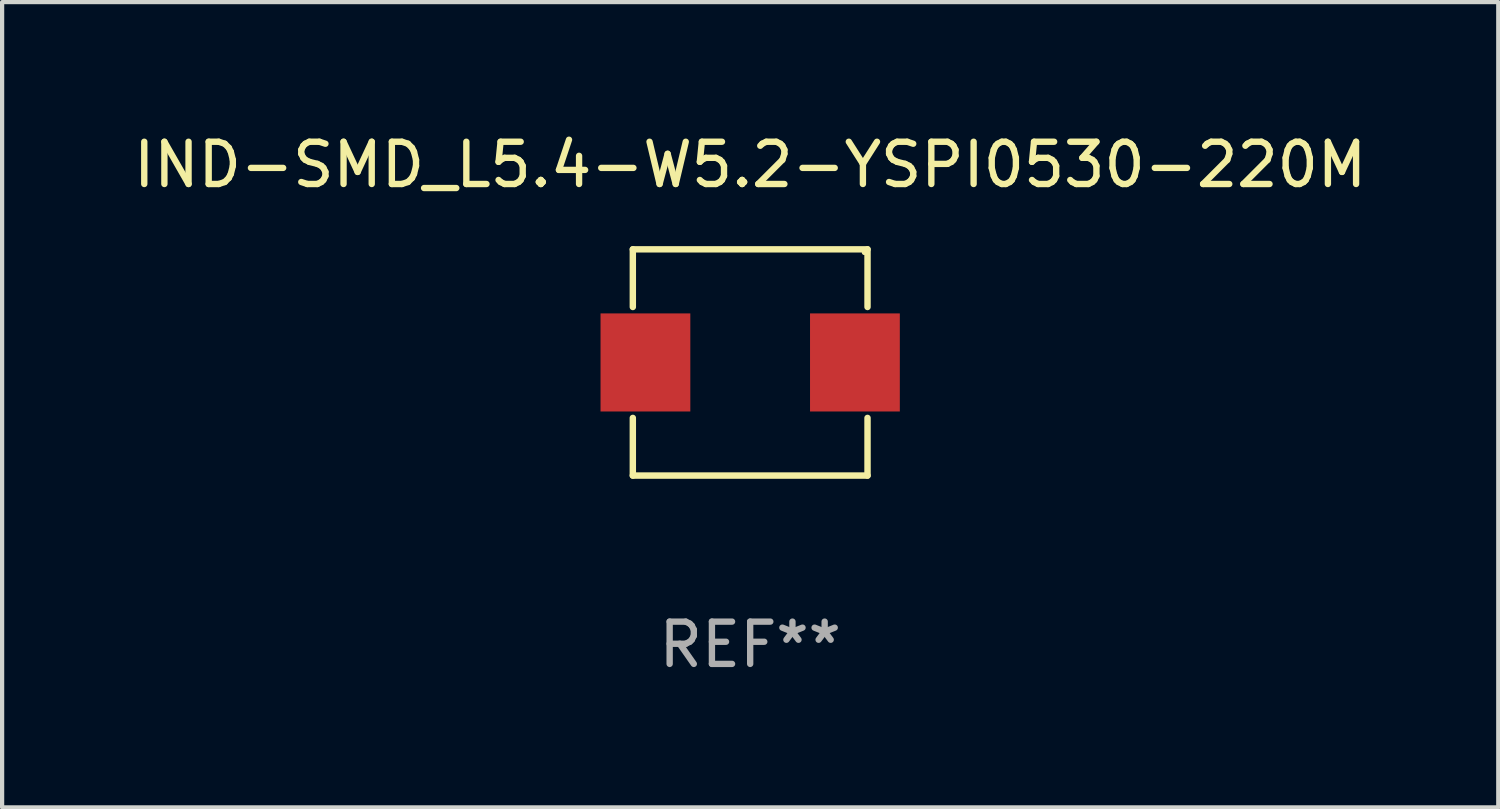
<source format=kicad_pcb>
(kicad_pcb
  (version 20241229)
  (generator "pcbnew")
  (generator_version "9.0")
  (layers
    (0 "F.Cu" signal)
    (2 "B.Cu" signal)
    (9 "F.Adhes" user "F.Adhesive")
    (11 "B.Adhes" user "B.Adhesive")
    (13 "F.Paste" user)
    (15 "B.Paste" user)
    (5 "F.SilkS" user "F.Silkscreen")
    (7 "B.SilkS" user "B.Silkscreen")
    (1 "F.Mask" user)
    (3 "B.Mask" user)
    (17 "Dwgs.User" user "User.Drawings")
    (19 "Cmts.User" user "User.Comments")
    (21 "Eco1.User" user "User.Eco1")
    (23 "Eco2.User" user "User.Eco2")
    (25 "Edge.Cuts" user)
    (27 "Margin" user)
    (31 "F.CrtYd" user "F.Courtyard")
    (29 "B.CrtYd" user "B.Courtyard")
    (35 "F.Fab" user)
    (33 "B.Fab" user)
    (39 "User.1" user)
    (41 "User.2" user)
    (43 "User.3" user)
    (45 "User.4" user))
  (footprint "IND-SMD_L5.4-W5.2-YSPI0530-220M"
    (layer "F.Cu")
    (at 14.696 5.524)
    (property "Reference" "IND-SMD_L5.4-W5.2-YSPI0530-220M" (at 0 -4.676 0) (layer "F.SilkS") (effects (font (size 1 1) (thickness 0.15))))
    (attr smd)
    (fp_line (start -2.776 -2.676) (end 2.776 -2.676) (stroke (width 0.152) (type solid)) (layer "F.SilkS"))
    (fp_line (start -2.776 -1.312) (end -2.776 -2.676) (stroke (width 0.152) (type solid)) (layer "F.SilkS"))
    (fp_line (start -2.776 1.312) (end -2.776 2.676) (stroke (width 0.152) (type solid)) (layer "F.SilkS"))
    (fp_line (start -2.776 2.676) (end 2.776 2.676) (stroke (width 0.152) (type solid)) (layer "F.SilkS"))
    (fp_line (start 2.776 -2.676) (end 2.776 -1.312) (stroke (width 0.152) (type solid)) (layer "F.SilkS"))
    (fp_line (start 2.776 2.676) (end 2.776 1.312) (stroke (width 0.152) (type solid)) (layer "F.SilkS"))
    (fp_circle (center 2.7 -2.6) (end 2.73 -2.6) (stroke (width 0.06) (type solid)) (fill no) (layer "F.SilkS"))
    (fp_text user "REF**" (at 0 6.676 0) (layer "F.Fab") (effects (font (size 1 1) (thickness 0.15))))
    (pad "1" smd rect (at 2.478 0.000102) (size 2.124 2.32) (layers "F.Cu" "F.Mask" "F.Paste"))
    (pad "2" smd rect (at -2.478 0.000102) (size 2.124 2.32) (layers "F.Cu" "F.Mask" "F.Paste")))
  (gr_rect
    (start -3 -3)
    (end 32.393 16.049)
    (stroke (width 0.1) (type default))
    (fill no)
    (layer "Edge.Cuts")))
</source>
